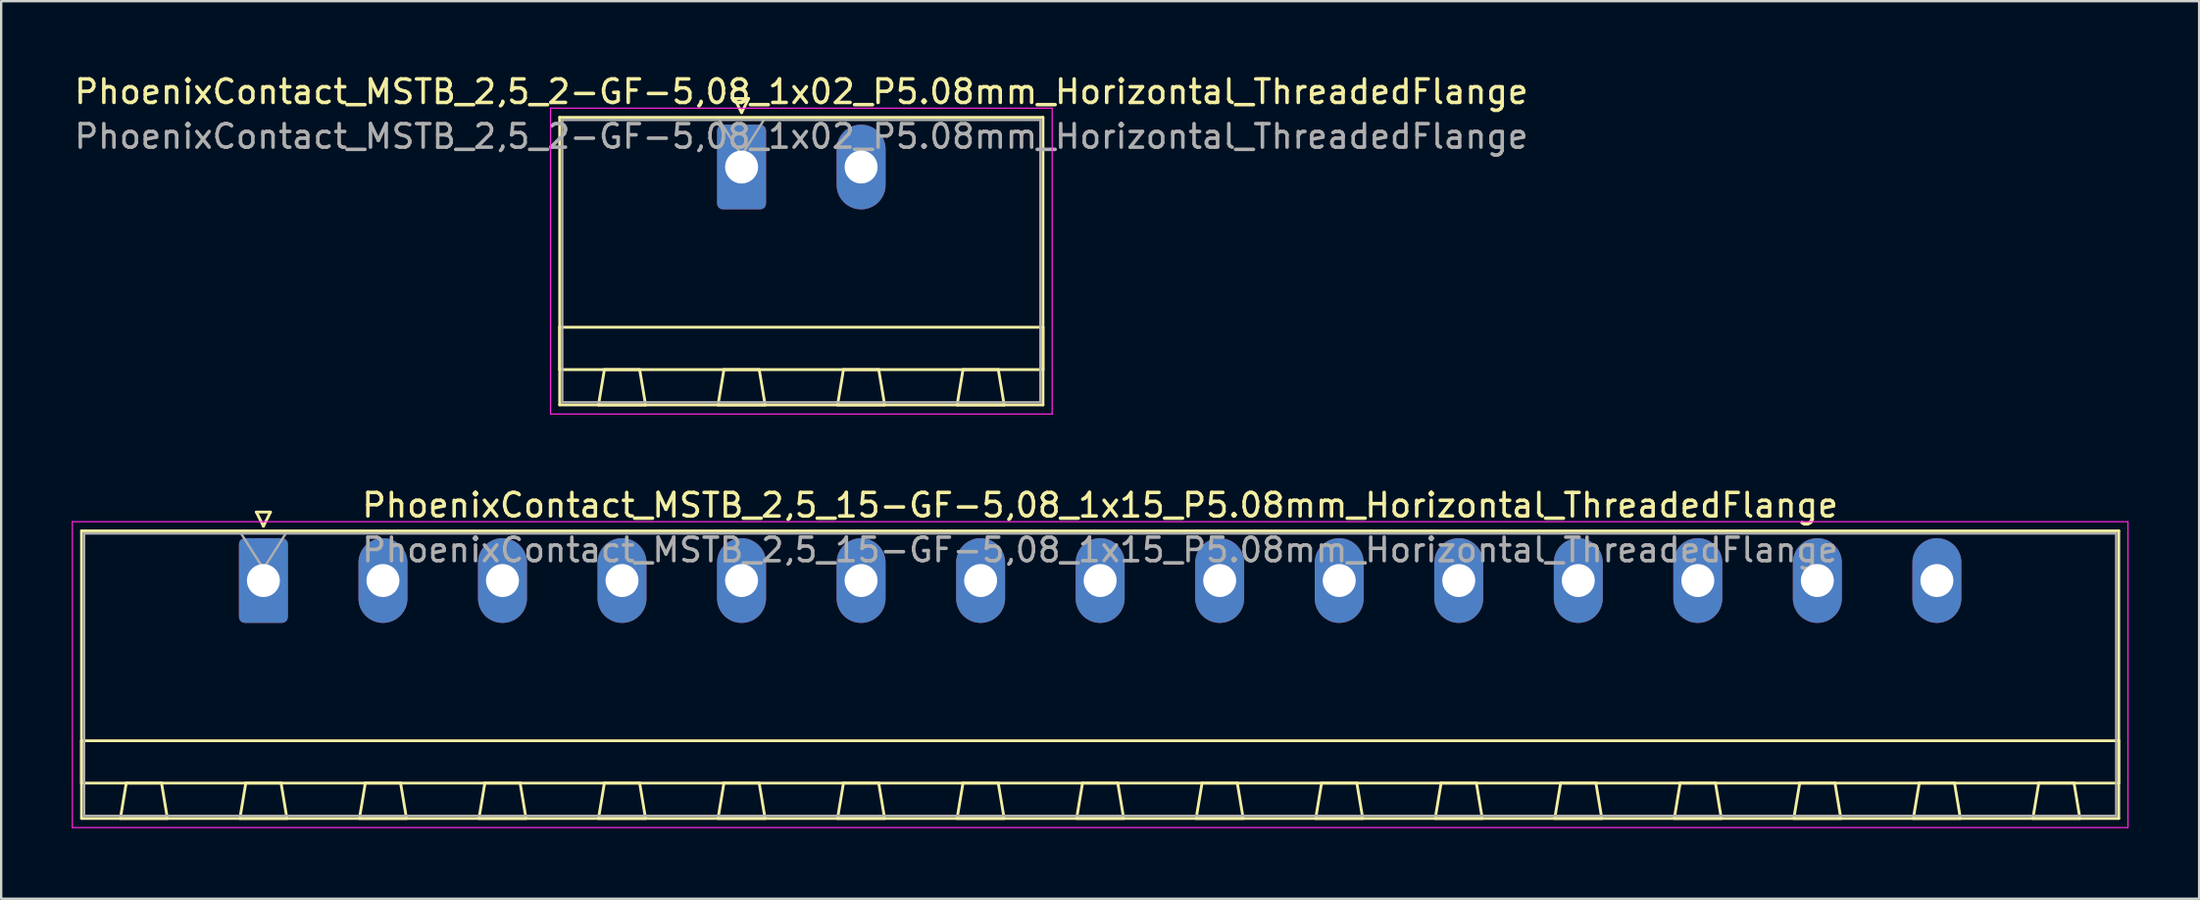
<source format=kicad_pcb>
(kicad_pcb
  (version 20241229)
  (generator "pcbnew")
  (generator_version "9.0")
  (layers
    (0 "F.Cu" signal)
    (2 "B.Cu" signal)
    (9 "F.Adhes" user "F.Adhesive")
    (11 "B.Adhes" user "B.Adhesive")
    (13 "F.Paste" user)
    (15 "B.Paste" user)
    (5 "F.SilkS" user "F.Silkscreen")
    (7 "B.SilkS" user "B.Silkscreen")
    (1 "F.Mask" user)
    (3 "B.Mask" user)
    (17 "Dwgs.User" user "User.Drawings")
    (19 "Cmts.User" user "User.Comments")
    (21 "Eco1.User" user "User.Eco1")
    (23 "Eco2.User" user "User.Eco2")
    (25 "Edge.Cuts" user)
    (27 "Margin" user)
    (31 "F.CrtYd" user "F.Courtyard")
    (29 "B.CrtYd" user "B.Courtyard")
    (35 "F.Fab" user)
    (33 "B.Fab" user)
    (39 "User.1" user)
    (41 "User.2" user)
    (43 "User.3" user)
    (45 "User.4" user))
  (footprint "PhoenixContact_MSTB_2,5_2-GF-5,08_1x02_P5.08mm_Horizontal_ThreadedFlange"
    (layer "F.Cu")
    (at 28.466 4.048)
    (property "Reference" "PhoenixContact_MSTB_2,5_2-GF-5,08_1x02_P5.08mm_Horizontal_ThreadedFlange" (at 2.54 -3.2 0) (layer "F.SilkS") (effects (font (size 1 1) (thickness 0.15))))
    (attr through_hole)
    (fp_line (start -7.73 -2.11) (end -7.73 10.11) (stroke (width 0.12) (type solid)) (layer "F.SilkS"))
    (fp_line (start -7.73 6.81) (end 12.81 6.81) (stroke (width 0.12) (type solid)) (layer "F.SilkS"))
    (fp_line (start -7.73 8.61) (end -7.73 6.81) (stroke (width 0.12) (type solid)) (layer "F.SilkS"))
    (fp_line (start -7.73 10.11) (end 12.81 10.11) (stroke (width 0.12) (type solid)) (layer "F.SilkS"))
    (fp_line (start -6.08 10.11) (end -4.08 10.11) (stroke (width 0.12) (type solid)) (layer "F.SilkS"))
    (fp_line (start -5.83 8.61) (end -6.08 10.11) (stroke (width 0.12) (type solid)) (layer "F.SilkS"))
    (fp_line (start -4.33 8.61) (end -5.83 8.61) (stroke (width 0.12) (type solid)) (layer "F.SilkS"))
    (fp_line (start -4.08 10.11) (end -4.33 8.61) (stroke (width 0.12) (type solid)) (layer "F.SilkS"))
    (fp_line (start -1 10.11) (end 1 10.11) (stroke (width 0.12) (type solid)) (layer "F.SilkS"))
    (fp_line (start -0.75 8.61) (end -1 10.11) (stroke (width 0.12) (type solid)) (layer "F.SilkS"))
    (fp_line (start -0.3 -2.91) (end 0.3 -2.91) (stroke (width 0.12) (type solid)) (layer "F.SilkS"))
    (fp_line (start 0 -2.31) (end -0.3 -2.91) (stroke (width 0.12) (type solid)) (layer "F.SilkS"))
    (fp_line (start 0.3 -2.91) (end 0 -2.31) (stroke (width 0.12) (type solid)) (layer "F.SilkS"))
    (fp_line (start 0.75 8.61) (end -0.75 8.61) (stroke (width 0.12) (type solid)) (layer "F.SilkS"))
    (fp_line (start 1 10.11) (end 0.75 8.61) (stroke (width 0.12) (type solid)) (layer "F.SilkS"))
    (fp_line (start 4.08 10.11) (end 6.08 10.11) (stroke (width 0.12) (type solid)) (layer "F.SilkS"))
    (fp_line (start 4.33 8.61) (end 4.08 10.11) (stroke (width 0.12) (type solid)) (layer "F.SilkS"))
    (fp_line (start 5.83 8.61) (end 4.33 8.61) (stroke (width 0.12) (type solid)) (layer "F.SilkS"))
    (fp_line (start 6.08 10.11) (end 5.83 8.61) (stroke (width 0.12) (type solid)) (layer "F.SilkS"))
    (fp_line (start 9.16 10.11) (end 11.16 10.11) (stroke (width 0.12) (type solid)) (layer "F.SilkS"))
    (fp_line (start 9.41 8.61) (end 9.16 10.11) (stroke (width 0.12) (type solid)) (layer "F.SilkS"))
    (fp_line (start 10.91 8.61) (end 9.41 8.61) (stroke (width 0.12) (type solid)) (layer "F.SilkS"))
    (fp_line (start 11.16 10.11) (end 10.91 8.61) (stroke (width 0.12) (type solid)) (layer "F.SilkS"))
    (fp_line (start 12.81 -2.11) (end -7.73 -2.11) (stroke (width 0.12) (type solid)) (layer "F.SilkS"))
    (fp_line (start 12.81 6.81) (end 12.81 8.61) (stroke (width 0.12) (type solid)) (layer "F.SilkS"))
    (fp_line (start 12.81 8.61) (end -7.73 8.61) (stroke (width 0.12) (type solid)) (layer "F.SilkS"))
    (fp_line (start 12.81 10.11) (end 12.81 -2.11) (stroke (width 0.12) (type solid)) (layer "F.SilkS"))
    (fp_line (start -8.12 -2.5) (end -8.12 10.5) (stroke (width 0.05) (type solid)) (layer "F.CrtYd"))
    (fp_line (start -8.12 10.5) (end 13.2 10.5) (stroke (width 0.05) (type solid)) (layer "F.CrtYd"))
    (fp_line (start 13.2 -2.5) (end -8.12 -2.5) (stroke (width 0.05) (type solid)) (layer "F.CrtYd"))
    (fp_line (start 13.2 10.5) (end 13.2 -2.5) (stroke (width 0.05) (type solid)) (layer "F.CrtYd"))
    (fp_line (start -7.62 -2) (end -7.62 10) (stroke (width 0.1) (type solid)) (layer "F.Fab"))
    (fp_line (start -7.62 10) (end 12.7 10) (stroke (width 0.1) (type solid)) (layer "F.Fab"))
    (fp_line (start 0 -0.5) (end -0.95 -2) (stroke (width 0.1) (type solid)) (layer "F.Fab"))
    (fp_line (start 0.95 -2) (end 0 -0.5) (stroke (width 0.1) (type solid)) (layer "F.Fab"))
    (fp_line (start 12.7 -2) (end -7.62 -2) (stroke (width 0.1) (type solid)) (layer "F.Fab"))
    (fp_line (start 12.7 10) (end 12.7 -2) (stroke (width 0.1) (type solid)) (layer "F.Fab"))
    (fp_text user "${REFERENCE}" (at 2.54 -1.3 0) (layer "F.Fab") (effects (font (size 1 1) (thickness 0.15))))
    (pad "1" thru_hole roundrect (at 0 0) (size 2.08 3.6) (drill 1.4) (layers "*.Cu" "*.Mask") (roundrect_rratio 0.12))
    (pad "2" thru_hole oval (at 5.08 0) (size 2.08 3.6) (drill 1.4) (layers "*.Cu" "*.Mask")))
  (footprint "PhoenixContact_MSTB_2,5_15-GF-5,08_1x15_P5.08mm_Horizontal_ThreadedFlange"
    (layer "F.Cu")
    (at 8.145 21.622)
    (property "Reference" "PhoenixContact_MSTB_2,5_15-GF-5,08_1x15_P5.08mm_Horizontal_ThreadedFlange" (at 35.56 -3.2 0) (layer "F.SilkS") (effects (font (size 1 1) (thickness 0.15))))
    (attr through_hole)
    (fp_line (start -7.73 -2.11) (end -7.73 10.11) (stroke (width 0.12) (type solid)) (layer "F.SilkS"))
    (fp_line (start -7.73 6.81) (end 78.85 6.81) (stroke (width 0.12) (type solid)) (layer "F.SilkS"))
    (fp_line (start -7.73 8.61) (end -7.73 6.81) (stroke (width 0.12) (type solid)) (layer "F.SilkS"))
    (fp_line (start -7.73 10.11) (end 78.85 10.11) (stroke (width 0.12) (type solid)) (layer "F.SilkS"))
    (fp_line (start -6.08 10.11) (end -4.08 10.11) (stroke (width 0.12) (type solid)) (layer "F.SilkS"))
    (fp_line (start -5.83 8.61) (end -6.08 10.11) (stroke (width 0.12) (type solid)) (layer "F.SilkS"))
    (fp_line (start -4.33 8.61) (end -5.83 8.61) (stroke (width 0.12) (type solid)) (layer "F.SilkS"))
    (fp_line (start -4.08 10.11) (end -4.33 8.61) (stroke (width 0.12) (type solid)) (layer "F.SilkS"))
    (fp_line (start -1 10.11) (end 1 10.11) (stroke (width 0.12) (type solid)) (layer "F.SilkS"))
    (fp_line (start -0.75 8.61) (end -1 10.11) (stroke (width 0.12) (type solid)) (layer "F.SilkS"))
    (fp_line (start -0.3 -2.91) (end 0.3 -2.91) (stroke (width 0.12) (type solid)) (layer "F.SilkS"))
    (fp_line (start 0 -2.31) (end -0.3 -2.91) (stroke (width 0.12) (type solid)) (layer "F.SilkS"))
    (fp_line (start 0.3 -2.91) (end 0 -2.31) (stroke (width 0.12) (type solid)) (layer "F.SilkS"))
    (fp_line (start 0.75 8.61) (end -0.75 8.61) (stroke (width 0.12) (type solid)) (layer "F.SilkS"))
    (fp_line (start 1 10.11) (end 0.75 8.61) (stroke (width 0.12) (type solid)) (layer "F.SilkS"))
    (fp_line (start 4.08 10.11) (end 6.08 10.11) (stroke (width 0.12) (type solid)) (layer "F.SilkS"))
    (fp_line (start 4.33 8.61) (end 4.08 10.11) (stroke (width 0.12) (type solid)) (layer "F.SilkS"))
    (fp_line (start 5.83 8.61) (end 4.33 8.61) (stroke (width 0.12) (type solid)) (layer "F.SilkS"))
    (fp_line (start 6.08 10.11) (end 5.83 8.61) (stroke (width 0.12) (type solid)) (layer "F.SilkS"))
    (fp_line (start 9.16 10.11) (end 11.16 10.11) (stroke (width 0.12) (type solid)) (layer "F.SilkS"))
    (fp_line (start 9.41 8.61) (end 9.16 10.11) (stroke (width 0.12) (type solid)) (layer "F.SilkS"))
    (fp_line (start 10.91 8.61) (end 9.41 8.61) (stroke (width 0.12) (type solid)) (layer "F.SilkS"))
    (fp_line (start 11.16 10.11) (end 10.91 8.61) (stroke (width 0.12) (type solid)) (layer "F.SilkS"))
    (fp_line (start 14.24 10.11) (end 16.24 10.11) (stroke (width 0.12) (type solid)) (layer "F.SilkS"))
    (fp_line (start 14.49 8.61) (end 14.24 10.11) (stroke (width 0.12) (type solid)) (layer "F.SilkS"))
    (fp_line (start 15.99 8.61) (end 14.49 8.61) (stroke (width 0.12) (type solid)) (layer "F.SilkS"))
    (fp_line (start 16.24 10.11) (end 15.99 8.61) (stroke (width 0.12) (type solid)) (layer "F.SilkS"))
    (fp_line (start 19.32 10.11) (end 21.32 10.11) (stroke (width 0.12) (type solid)) (layer "F.SilkS"))
    (fp_line (start 19.57 8.61) (end 19.32 10.11) (stroke (width 0.12) (type solid)) (layer "F.SilkS"))
    (fp_line (start 21.07 8.61) (end 19.57 8.61) (stroke (width 0.12) (type solid)) (layer "F.SilkS"))
    (fp_line (start 21.32 10.11) (end 21.07 8.61) (stroke (width 0.12) (type solid)) (layer "F.SilkS"))
    (fp_line (start 24.4 10.11) (end 26.4 10.11) (stroke (width 0.12) (type solid)) (layer "F.SilkS"))
    (fp_line (start 24.65 8.61) (end 24.4 10.11) (stroke (width 0.12) (type solid)) (layer "F.SilkS"))
    (fp_line (start 26.15 8.61) (end 24.65 8.61) (stroke (width 0.12) (type solid)) (layer "F.SilkS"))
    (fp_line (start 26.4 10.11) (end 26.15 8.61) (stroke (width 0.12) (type solid)) (layer "F.SilkS"))
    (fp_line (start 29.48 10.11) (end 31.48 10.11) (stroke (width 0.12) (type solid)) (layer "F.SilkS"))
    (fp_line (start 29.73 8.61) (end 29.48 10.11) (stroke (width 0.12) (type solid)) (layer "F.SilkS"))
    (fp_line (start 31.23 8.61) (end 29.73 8.61) (stroke (width 0.12) (type solid)) (layer "F.SilkS"))
    (fp_line (start 31.48 10.11) (end 31.23 8.61) (stroke (width 0.12) (type solid)) (layer "F.SilkS"))
    (fp_line (start 34.56 10.11) (end 36.56 10.11) (stroke (width 0.12) (type solid)) (layer "F.SilkS"))
    (fp_line (start 34.81 8.61) (end 34.56 10.11) (stroke (width 0.12) (type solid)) (layer "F.SilkS"))
    (fp_line (start 36.31 8.61) (end 34.81 8.61) (stroke (width 0.12) (type solid)) (layer "F.SilkS"))
    (fp_line (start 36.56 10.11) (end 36.31 8.61) (stroke (width 0.12) (type solid)) (layer "F.SilkS"))
    (fp_line (start 39.64 10.11) (end 41.64 10.11) (stroke (width 0.12) (type solid)) (layer "F.SilkS"))
    (fp_line (start 39.89 8.61) (end 39.64 10.11) (stroke (width 0.12) (type solid)) (layer "F.SilkS"))
    (fp_line (start 41.39 8.61) (end 39.89 8.61) (stroke (width 0.12) (type solid)) (layer "F.SilkS"))
    (fp_line (start 41.64 10.11) (end 41.39 8.61) (stroke (width 0.12) (type solid)) (layer "F.SilkS"))
    (fp_line (start 44.72 10.11) (end 46.72 10.11) (stroke (width 0.12) (type solid)) (layer "F.SilkS"))
    (fp_line (start 44.97 8.61) (end 44.72 10.11) (stroke (width 0.12) (type solid)) (layer "F.SilkS"))
    (fp_line (start 46.47 8.61) (end 44.97 8.61) (stroke (width 0.12) (type solid)) (layer "F.SilkS"))
    (fp_line (start 46.72 10.11) (end 46.47 8.61) (stroke (width 0.12) (type solid)) (layer "F.SilkS"))
    (fp_line (start 49.8 10.11) (end 51.8 10.11) (stroke (width 0.12) (type solid)) (layer "F.SilkS"))
    (fp_line (start 50.05 8.61) (end 49.8 10.11) (stroke (width 0.12) (type solid)) (layer "F.SilkS"))
    (fp_line (start 51.55 8.61) (end 50.05 8.61) (stroke (width 0.12) (type solid)) (layer "F.SilkS"))
    (fp_line (start 51.8 10.11) (end 51.55 8.61) (stroke (width 0.12) (type solid)) (layer "F.SilkS"))
    (fp_line (start 54.88 10.11) (end 56.88 10.11) (stroke (width 0.12) (type solid)) (layer "F.SilkS"))
    (fp_line (start 55.13 8.61) (end 54.88 10.11) (stroke (width 0.12) (type solid)) (layer "F.SilkS"))
    (fp_line (start 56.63 8.61) (end 55.13 8.61) (stroke (width 0.12) (type solid)) (layer "F.SilkS"))
    (fp_line (start 56.88 10.11) (end 56.63 8.61) (stroke (width 0.12) (type solid)) (layer "F.SilkS"))
    (fp_line (start 59.96 10.11) (end 61.96 10.11) (stroke (width 0.12) (type solid)) (layer "F.SilkS"))
    (fp_line (start 60.21 8.61) (end 59.96 10.11) (stroke (width 0.12) (type solid)) (layer "F.SilkS"))
    (fp_line (start 61.71 8.61) (end 60.21 8.61) (stroke (width 0.12) (type solid)) (layer "F.SilkS"))
    (fp_line (start 61.96 10.11) (end 61.71 8.61) (stroke (width 0.12) (type solid)) (layer "F.SilkS"))
    (fp_line (start 65.04 10.11) (end 67.04 10.11) (stroke (width 0.12) (type solid)) (layer "F.SilkS"))
    (fp_line (start 65.29 8.61) (end 65.04 10.11) (stroke (width 0.12) (type solid)) (layer "F.SilkS"))
    (fp_line (start 66.79 8.61) (end 65.29 8.61) (stroke (width 0.12) (type solid)) (layer "F.SilkS"))
    (fp_line (start 67.04 10.11) (end 66.79 8.61) (stroke (width 0.12) (type solid)) (layer "F.SilkS"))
    (fp_line (start 70.12 10.11) (end 72.12 10.11) (stroke (width 0.12) (type solid)) (layer "F.SilkS"))
    (fp_line (start 70.37 8.61) (end 70.12 10.11) (stroke (width 0.12) (type solid)) (layer "F.SilkS"))
    (fp_line (start 71.87 8.61) (end 70.37 8.61) (stroke (width 0.12) (type solid)) (layer "F.SilkS"))
    (fp_line (start 72.12 10.11) (end 71.87 8.61) (stroke (width 0.12) (type solid)) (layer "F.SilkS"))
    (fp_line (start 75.2 10.11) (end 77.2 10.11) (stroke (width 0.12) (type solid)) (layer "F.SilkS"))
    (fp_line (start 75.45 8.61) (end 75.2 10.11) (stroke (width 0.12) (type solid)) (layer "F.SilkS"))
    (fp_line (start 76.95 8.61) (end 75.45 8.61) (stroke (width 0.12) (type solid)) (layer "F.SilkS"))
    (fp_line (start 77.2 10.11) (end 76.95 8.61) (stroke (width 0.12) (type solid)) (layer "F.SilkS"))
    (fp_line (start 78.85 -2.11) (end -7.73 -2.11) (stroke (width 0.12) (type solid)) (layer "F.SilkS"))
    (fp_line (start 78.85 6.81) (end 78.85 8.61) (stroke (width 0.12) (type solid)) (layer "F.SilkS"))
    (fp_line (start 78.85 8.61) (end -7.73 8.61) (stroke (width 0.12) (type solid)) (layer "F.SilkS"))
    (fp_line (start 78.85 10.11) (end 78.85 -2.11) (stroke (width 0.12) (type solid)) (layer "F.SilkS"))
    (fp_line (start -8.12 -2.5) (end -8.12 10.5) (stroke (width 0.05) (type solid)) (layer "F.CrtYd"))
    (fp_line (start -8.12 10.5) (end 79.24 10.5) (stroke (width 0.05) (type solid)) (layer "F.CrtYd"))
    (fp_line (start 79.24 -2.5) (end -8.12 -2.5) (stroke (width 0.05) (type solid)) (layer "F.CrtYd"))
    (fp_line (start 79.24 10.5) (end 79.24 -2.5) (stroke (width 0.05) (type solid)) (layer "F.CrtYd"))
    (fp_line (start -7.62 -2) (end -7.62 10) (stroke (width 0.1) (type solid)) (layer "F.Fab"))
    (fp_line (start -7.62 10) (end 78.74 10) (stroke (width 0.1) (type solid)) (layer "F.Fab"))
    (fp_line (start 0 -0.5) (end -0.95 -2) (stroke (width 0.1) (type solid)) (layer "F.Fab"))
    (fp_line (start 0.95 -2) (end 0 -0.5) (stroke (width 0.1) (type solid)) (layer "F.Fab"))
    (fp_line (start 78.74 -2) (end -7.62 -2) (stroke (width 0.1) (type solid)) (layer "F.Fab"))
    (fp_line (start 78.74 10) (end 78.74 -2) (stroke (width 0.1) (type solid)) (layer "F.Fab"))
    (fp_text user "${REFERENCE}" (at 35.56 -1.3 0) (layer "F.Fab") (effects (font (size 1 1) (thickness 0.15))))
    (pad "1" thru_hole roundrect (at 0 0) (size 2.08 3.6) (drill 1.4) (layers "*.Cu" "*.Mask") (roundrect_rratio 0.12))
    (pad "2" thru_hole oval (at 5.08 0) (size 2.08 3.6) (drill 1.4) (layers "*.Cu" "*.Mask"))
    (pad "3" thru_hole oval (at 10.16 0) (size 2.08 3.6) (drill 1.4) (layers "*.Cu" "*.Mask"))
    (pad "4" thru_hole oval (at 15.24 0) (size 2.08 3.6) (drill 1.4) (layers "*.Cu" "*.Mask"))
    (pad "5" thru_hole oval (at 20.32 0) (size 2.08 3.6) (drill 1.4) (layers "*.Cu" "*.Mask"))
    (pad "6" thru_hole oval (at 25.4 0) (size 2.08 3.6) (drill 1.4) (layers "*.Cu" "*.Mask"))
    (pad "7" thru_hole oval (at 30.48 0) (size 2.08 3.6) (drill 1.4) (layers "*.Cu" "*.Mask"))
    (pad "8" thru_hole oval (at 35.56 0) (size 2.08 3.6) (drill 1.4) (layers "*.Cu" "*.Mask"))
    (pad "9" thru_hole oval (at 40.64 0) (size 2.08 3.6) (drill 1.4) (layers "*.Cu" "*.Mask"))
    (pad "10" thru_hole oval (at 45.72 0) (size 2.08 3.6) (drill 1.4) (layers "*.Cu" "*.Mask"))
    (pad "11" thru_hole oval (at 50.8 0) (size 2.08 3.6) (drill 1.4) (layers "*.Cu" "*.Mask"))
    (pad "12" thru_hole oval (at 55.88 0) (size 2.08 3.6) (drill 1.4) (layers "*.Cu" "*.Mask"))
    (pad "13" thru_hole oval (at 60.96 0) (size 2.08 3.6) (drill 1.4) (layers "*.Cu" "*.Mask"))
    (pad "14" thru_hole oval (at 66.04 0) (size 2.08 3.6) (drill 1.4) (layers "*.Cu" "*.Mask"))
    (pad "15" thru_hole oval (at 71.12 0) (size 2.08 3.6) (drill 1.4) (layers "*.Cu" "*.Mask")))
  (gr_rect
    (start -3 -3)
    (end 90.41 35.147)
    (stroke (width 0.1) (type default))
    (fill no)
    (layer "Edge.Cuts")))
</source>
